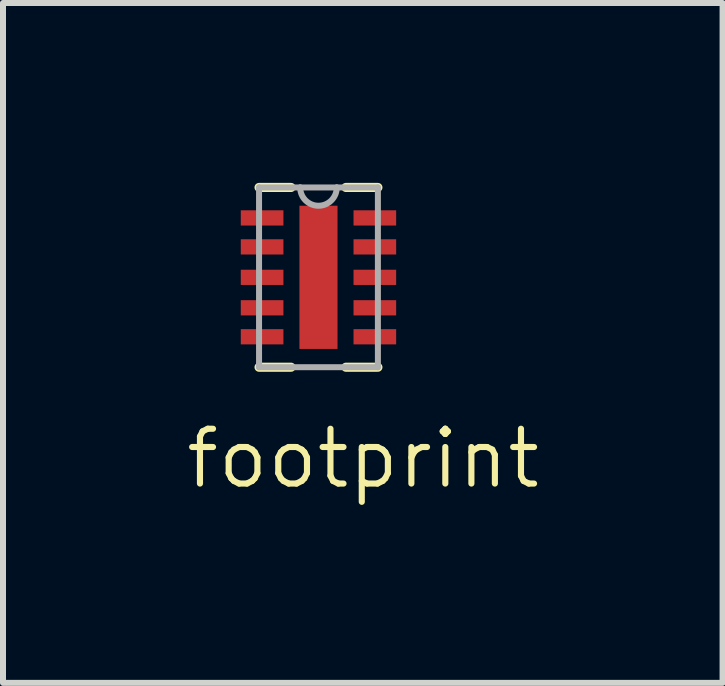
<source format=kicad_pcb>
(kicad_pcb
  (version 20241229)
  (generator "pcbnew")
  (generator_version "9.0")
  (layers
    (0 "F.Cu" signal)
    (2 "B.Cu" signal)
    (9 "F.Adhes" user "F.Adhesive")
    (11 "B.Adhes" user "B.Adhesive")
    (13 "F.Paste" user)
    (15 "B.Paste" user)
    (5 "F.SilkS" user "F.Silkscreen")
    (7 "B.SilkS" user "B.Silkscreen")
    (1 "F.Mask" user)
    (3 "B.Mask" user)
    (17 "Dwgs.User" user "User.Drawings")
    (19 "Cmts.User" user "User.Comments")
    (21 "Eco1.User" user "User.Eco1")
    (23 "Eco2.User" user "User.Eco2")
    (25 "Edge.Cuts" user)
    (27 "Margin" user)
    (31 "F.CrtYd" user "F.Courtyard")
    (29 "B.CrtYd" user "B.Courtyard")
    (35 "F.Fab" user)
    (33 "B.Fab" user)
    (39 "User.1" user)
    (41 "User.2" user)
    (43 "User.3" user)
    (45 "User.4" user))
  (footprint "footprint"
    (layer "F.Cu")
    (at 2.261 1.575)
    (property "Reference" "footprint" (at -2.261 3.556 0) (layer "F.SilkS") (effects (font (size 0.914 0.914) (thickness 0.102)) (justify left bottom)))
    (fp_line (start -0.991 1.499) (end -0.457 1.499) (stroke (width 0.152) (type solid)) (layer "F.SilkS"))
    (fp_line (start -0.457 -1.499) (end -0.991 -1.499) (stroke (width 0.152) (type solid)) (layer "F.SilkS"))
    (fp_line (start 0.457 1.499) (end 0.991 1.499) (stroke (width 0.152) (type solid)) (layer "F.SilkS"))
    (fp_line (start 0.991 -1.499) (end 0.457 -1.499) (stroke (width 0.152) (type solid)) (layer "F.SilkS"))
    (fp_poly (pts (xy -0.127 -0.381) (xy 0.127 -0.381) (xy 0.127 -1.016) (xy -0.127 -1.016)) (stroke (width 0) (type solid)) (fill yes) (layer "F.Paste"))
    (fp_poly (pts (xy -0.127 1.016) (xy 0.127 1.016) (xy 0.127 0.381) (xy -0.127 0.381)) (stroke (width 0) (type solid)) (fill yes) (layer "F.Paste"))
    (fp_line (start -0.991 -1.499) (end -0.991 1.499) (stroke (width 0.1) (type solid)) (layer "F.Fab"))
    (fp_line (start -0.991 1.499) (end 0.991 1.499) (stroke (width 0.1) (type solid)) (layer "F.Fab"))
    (fp_line (start -0.305 -1.499) (end -0.991 -1.499) (stroke (width 0.1) (type solid)) (layer "F.Fab"))
    (fp_line (start 0.305 -1.499) (end -0.305 -1.499) (stroke (width 0.1) (type solid)) (layer "F.Fab"))
    (fp_line (start 0.991 -1.499) (end 0.305 -1.499) (stroke (width 0.1) (type solid)) (layer "F.Fab"))
    (fp_line (start 0.991 1.499) (end 0.991 -1.499) (stroke (width 0.1) (type solid)) (layer "F.Fab"))
    (fp_arc (start 0.3048 -1.4986) (mid 0 -1.1938) (end -0.3048 -1.4986) (stroke (width 0.1) (type solid)) (layer "F.Fab"))
    (pad "1" smd rect (at -0.94 -0.991) (size 0.711 0.254) (layers "F.Cu" "F.Mask" "F.Paste"))
    (pad "2" smd rect (at -0.94 -0.508) (size 0.711 0.254) (layers "F.Cu" "F.Mask" "F.Paste"))
    (pad "3" smd rect (at -0.94 0) (size 0.711 0.254) (layers "F.Cu" "F.Mask" "F.Paste"))
    (pad "4" smd rect (at -0.94 0.508) (size 0.711 0.254) (layers "F.Cu" "F.Mask" "F.Paste"))
    (pad "5" smd rect (at -0.94 0.991) (size 0.711 0.254) (layers "F.Cu" "F.Mask" "F.Paste"))
    (pad "6" smd rect (at 0.94 0.991) (size 0.711 0.254) (layers "F.Cu" "F.Mask" "F.Paste"))
    (pad "7" smd rect (at 0.94 0.508) (size 0.711 0.254) (layers "F.Cu" "F.Mask" "F.Paste"))
    (pad "8" smd rect (at 0.94 0) (size 0.711 0.254) (layers "F.Cu" "F.Mask" "F.Paste"))
    (pad "9" smd rect (at 0.94 -0.508) (size 0.711 0.254) (layers "F.Cu" "F.Mask" "F.Paste"))
    (pad "10" smd rect (at 0.94 -0.991) (size 0.711 0.254) (layers "F.Cu" "F.Mask" "F.Paste"))
    (pad "11" smd rect (at 0 0) (size 0.635 2.388) (layers "F.Cu" "F.Mask")))
  (gr_rect
    (start -3 -3)
    (end 9 8.338)
    (stroke (width 0.1) (type default))
    (fill no)
    (layer "Edge.Cuts")))
</source>
